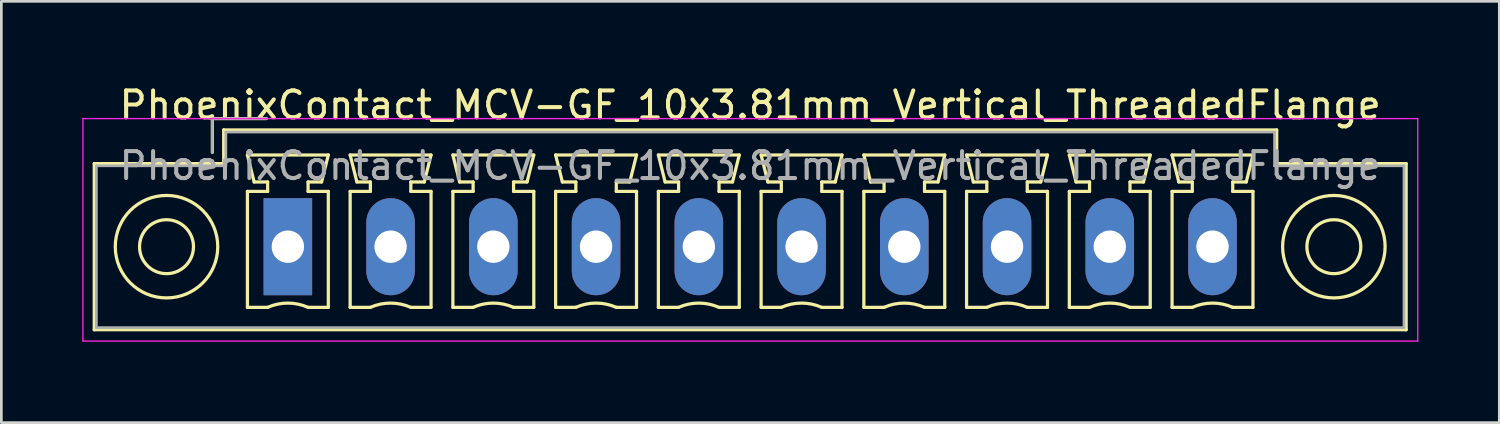
<source format=kicad_pcb>
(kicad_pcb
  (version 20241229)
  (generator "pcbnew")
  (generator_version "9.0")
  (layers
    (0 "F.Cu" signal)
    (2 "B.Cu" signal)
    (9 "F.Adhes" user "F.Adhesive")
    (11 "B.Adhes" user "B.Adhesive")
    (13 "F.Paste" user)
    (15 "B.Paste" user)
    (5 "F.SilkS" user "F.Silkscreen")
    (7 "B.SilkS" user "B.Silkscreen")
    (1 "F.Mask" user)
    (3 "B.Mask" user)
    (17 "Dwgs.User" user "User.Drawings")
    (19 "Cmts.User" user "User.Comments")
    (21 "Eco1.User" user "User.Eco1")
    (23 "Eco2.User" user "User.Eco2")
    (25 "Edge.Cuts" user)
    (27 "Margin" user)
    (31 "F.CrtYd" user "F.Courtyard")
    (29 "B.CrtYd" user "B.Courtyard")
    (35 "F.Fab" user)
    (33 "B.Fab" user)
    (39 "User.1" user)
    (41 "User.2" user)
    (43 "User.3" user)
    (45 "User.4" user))
  (footprint "PhoenixContact_MCV-GF_10x3.81mm_Vertical_ThreadedFlange"
    (layer "F.Cu")
    (at 7.625 6.098)
    (property "Reference" "PhoenixContact_MCV-GF_10x3.81mm_Vertical_ThreadedFlange" (at 17.145 -5.25 0) (layer "F.SilkS") (effects (font (size 1 1) (thickness 0.15))))
    (attr through_hole)
    (fp_line (start -7.18 -3.08) (end -7.18 3.08) (stroke (width 0.12) (type solid)) (layer "F.SilkS"))
    (fp_line (start -7.18 3.08) (end 41.47 3.08) (stroke (width 0.12) (type solid)) (layer "F.SilkS"))
    (fp_line (start -2.8 -4.75) (end -0.8 -4.75) (stroke (width 0.12) (type solid)) (layer "F.SilkS"))
    (fp_line (start -2.8 -3.5) (end -2.8 -4.75) (stroke (width 0.12) (type solid)) (layer "F.SilkS"))
    (fp_line (start -2.38 -4.33) (end -2.38 -3.08) (stroke (width 0.12) (type solid)) (layer "F.SilkS"))
    (fp_line (start -2.38 -3.08) (end -7.18 -3.08) (stroke (width 0.12) (type solid)) (layer "F.SilkS"))
    (fp_line (start -1.5 -3.4) (end 1.5 -3.4) (stroke (width 0.12) (type solid)) (layer "F.SilkS"))
    (fp_line (start -1.5 -2.05) (end -0.75 -2.05) (stroke (width 0.12) (type solid)) (layer "F.SilkS"))
    (fp_line (start -1.5 2.25) (end -1.5 -2.05) (stroke (width 0.12) (type solid)) (layer "F.SilkS"))
    (fp_line (start -1.25 -2.4) (end -1.5 -3.4) (stroke (width 0.12) (type solid)) (layer "F.SilkS"))
    (fp_line (start -0.75 -2.4) (end -1.25 -2.4) (stroke (width 0.12) (type solid)) (layer "F.SilkS"))
    (fp_line (start -0.75 -2.05) (end -0.75 -2.4) (stroke (width 0.12) (type solid)) (layer "F.SilkS"))
    (fp_line (start -0.75 2.25) (end -1.5 2.25) (stroke (width 0.12) (type solid)) (layer "F.SilkS"))
    (fp_line (start 0.75 -2.4) (end 0.75 -2.05) (stroke (width 0.12) (type solid)) (layer "F.SilkS"))
    (fp_line (start 0.75 -2.05) (end 1.5 -2.05) (stroke (width 0.12) (type solid)) (layer "F.SilkS"))
    (fp_line (start 1.25 -2.4) (end 0.75 -2.4) (stroke (width 0.12) (type solid)) (layer "F.SilkS"))
    (fp_line (start 1.5 -3.4) (end 1.25 -2.4) (stroke (width 0.12) (type solid)) (layer "F.SilkS"))
    (fp_line (start 1.5 -2.05) (end 1.5 2.25) (stroke (width 0.12) (type solid)) (layer "F.SilkS"))
    (fp_line (start 1.5 2.25) (end 0.75 2.25) (stroke (width 0.12) (type solid)) (layer "F.SilkS"))
    (fp_line (start 2.31 -3.4) (end 5.31 -3.4) (stroke (width 0.12) (type solid)) (layer "F.SilkS"))
    (fp_line (start 2.31 -2.05) (end 3.06 -2.05) (stroke (width 0.12) (type solid)) (layer "F.SilkS"))
    (fp_line (start 2.31 2.25) (end 2.31 -2.05) (stroke (width 0.12) (type solid)) (layer "F.SilkS"))
    (fp_line (start 2.56 -2.4) (end 2.31 -3.4) (stroke (width 0.12) (type solid)) (layer "F.SilkS"))
    (fp_line (start 3.06 -2.4) (end 2.56 -2.4) (stroke (width 0.12) (type solid)) (layer "F.SilkS"))
    (fp_line (start 3.06 -2.05) (end 3.06 -2.4) (stroke (width 0.12) (type solid)) (layer "F.SilkS"))
    (fp_line (start 3.06 2.25) (end 2.31 2.25) (stroke (width 0.12) (type solid)) (layer "F.SilkS"))
    (fp_line (start 4.56 -2.4) (end 4.56 -2.05) (stroke (width 0.12) (type solid)) (layer "F.SilkS"))
    (fp_line (start 4.56 -2.05) (end 5.31 -2.05) (stroke (width 0.12) (type solid)) (layer "F.SilkS"))
    (fp_line (start 5.06 -2.4) (end 4.56 -2.4) (stroke (width 0.12) (type solid)) (layer "F.SilkS"))
    (fp_line (start 5.31 -3.4) (end 5.06 -2.4) (stroke (width 0.12) (type solid)) (layer "F.SilkS"))
    (fp_line (start 5.31 -2.05) (end 5.31 2.25) (stroke (width 0.12) (type solid)) (layer "F.SilkS"))
    (fp_line (start 5.31 2.25) (end 4.56 2.25) (stroke (width 0.12) (type solid)) (layer "F.SilkS"))
    (fp_line (start 6.12 -3.4) (end 9.12 -3.4) (stroke (width 0.12) (type solid)) (layer "F.SilkS"))
    (fp_line (start 6.12 -2.05) (end 6.87 -2.05) (stroke (width 0.12) (type solid)) (layer "F.SilkS"))
    (fp_line (start 6.12 2.25) (end 6.12 -2.05) (stroke (width 0.12) (type solid)) (layer "F.SilkS"))
    (fp_line (start 6.37 -2.4) (end 6.12 -3.4) (stroke (width 0.12) (type solid)) (layer "F.SilkS"))
    (fp_line (start 6.87 -2.4) (end 6.37 -2.4) (stroke (width 0.12) (type solid)) (layer "F.SilkS"))
    (fp_line (start 6.87 -2.05) (end 6.87 -2.4) (stroke (width 0.12) (type solid)) (layer "F.SilkS"))
    (fp_line (start 6.87 2.25) (end 6.12 2.25) (stroke (width 0.12) (type solid)) (layer "F.SilkS"))
    (fp_line (start 8.37 -2.4) (end 8.37 -2.05) (stroke (width 0.12) (type solid)) (layer "F.SilkS"))
    (fp_line (start 8.37 -2.05) (end 9.12 -2.05) (stroke (width 0.12) (type solid)) (layer "F.SilkS"))
    (fp_line (start 8.87 -2.4) (end 8.37 -2.4) (stroke (width 0.12) (type solid)) (layer "F.SilkS"))
    (fp_line (start 9.12 -3.4) (end 8.87 -2.4) (stroke (width 0.12) (type solid)) (layer "F.SilkS"))
    (fp_line (start 9.12 -2.05) (end 9.12 2.25) (stroke (width 0.12) (type solid)) (layer "F.SilkS"))
    (fp_line (start 9.12 2.25) (end 8.37 2.25) (stroke (width 0.12) (type solid)) (layer "F.SilkS"))
    (fp_line (start 9.93 -3.4) (end 12.93 -3.4) (stroke (width 0.12) (type solid)) (layer "F.SilkS"))
    (fp_line (start 9.93 -2.05) (end 10.68 -2.05) (stroke (width 0.12) (type solid)) (layer "F.SilkS"))
    (fp_line (start 9.93 2.25) (end 9.93 -2.05) (stroke (width 0.12) (type solid)) (layer "F.SilkS"))
    (fp_line (start 10.18 -2.4) (end 9.93 -3.4) (stroke (width 0.12) (type solid)) (layer "F.SilkS"))
    (fp_line (start 10.68 -2.4) (end 10.18 -2.4) (stroke (width 0.12) (type solid)) (layer "F.SilkS"))
    (fp_line (start 10.68 -2.05) (end 10.68 -2.4) (stroke (width 0.12) (type solid)) (layer "F.SilkS"))
    (fp_line (start 10.68 2.25) (end 9.93 2.25) (stroke (width 0.12) (type solid)) (layer "F.SilkS"))
    (fp_line (start 12.18 -2.4) (end 12.18 -2.05) (stroke (width 0.12) (type solid)) (layer "F.SilkS"))
    (fp_line (start 12.18 -2.05) (end 12.93 -2.05) (stroke (width 0.12) (type solid)) (layer "F.SilkS"))
    (fp_line (start 12.68 -2.4) (end 12.18 -2.4) (stroke (width 0.12) (type solid)) (layer "F.SilkS"))
    (fp_line (start 12.93 -3.4) (end 12.68 -2.4) (stroke (width 0.12) (type solid)) (layer "F.SilkS"))
    (fp_line (start 12.93 -2.05) (end 12.93 2.25) (stroke (width 0.12) (type solid)) (layer "F.SilkS"))
    (fp_line (start 12.93 2.25) (end 12.18 2.25) (stroke (width 0.12) (type solid)) (layer "F.SilkS"))
    (fp_line (start 13.74 -3.4) (end 16.74 -3.4) (stroke (width 0.12) (type solid)) (layer "F.SilkS"))
    (fp_line (start 13.74 -2.05) (end 14.49 -2.05) (stroke (width 0.12) (type solid)) (layer "F.SilkS"))
    (fp_line (start 13.74 2.25) (end 13.74 -2.05) (stroke (width 0.12) (type solid)) (layer "F.SilkS"))
    (fp_line (start 13.99 -2.4) (end 13.74 -3.4) (stroke (width 0.12) (type solid)) (layer "F.SilkS"))
    (fp_line (start 14.49 -2.4) (end 13.99 -2.4) (stroke (width 0.12) (type solid)) (layer "F.SilkS"))
    (fp_line (start 14.49 -2.05) (end 14.49 -2.4) (stroke (width 0.12) (type solid)) (layer "F.SilkS"))
    (fp_line (start 14.49 2.25) (end 13.74 2.25) (stroke (width 0.12) (type solid)) (layer "F.SilkS"))
    (fp_line (start 15.99 -2.4) (end 15.99 -2.05) (stroke (width 0.12) (type solid)) (layer "F.SilkS"))
    (fp_line (start 15.99 -2.05) (end 16.74 -2.05) (stroke (width 0.12) (type solid)) (layer "F.SilkS"))
    (fp_line (start 16.49 -2.4) (end 15.99 -2.4) (stroke (width 0.12) (type solid)) (layer "F.SilkS"))
    (fp_line (start 16.74 -3.4) (end 16.49 -2.4) (stroke (width 0.12) (type solid)) (layer "F.SilkS"))
    (fp_line (start 16.74 -2.05) (end 16.74 2.25) (stroke (width 0.12) (type solid)) (layer "F.SilkS"))
    (fp_line (start 16.74 2.25) (end 15.99 2.25) (stroke (width 0.12) (type solid)) (layer "F.SilkS"))
    (fp_line (start 17.55 -3.4) (end 20.55 -3.4) (stroke (width 0.12) (type solid)) (layer "F.SilkS"))
    (fp_line (start 17.55 -2.05) (end 18.3 -2.05) (stroke (width 0.12) (type solid)) (layer "F.SilkS"))
    (fp_line (start 17.55 2.25) (end 17.55 -2.05) (stroke (width 0.12) (type solid)) (layer "F.SilkS"))
    (fp_line (start 17.8 -2.4) (end 17.55 -3.4) (stroke (width 0.12) (type solid)) (layer "F.SilkS"))
    (fp_line (start 18.3 -2.4) (end 17.8 -2.4) (stroke (width 0.12) (type solid)) (layer "F.SilkS"))
    (fp_line (start 18.3 -2.05) (end 18.3 -2.4) (stroke (width 0.12) (type solid)) (layer "F.SilkS"))
    (fp_line (start 18.3 2.25) (end 17.55 2.25) (stroke (width 0.12) (type solid)) (layer "F.SilkS"))
    (fp_line (start 19.8 -2.4) (end 19.8 -2.05) (stroke (width 0.12) (type solid)) (layer "F.SilkS"))
    (fp_line (start 19.8 -2.05) (end 20.55 -2.05) (stroke (width 0.12) (type solid)) (layer "F.SilkS"))
    (fp_line (start 20.3 -2.4) (end 19.8 -2.4) (stroke (width 0.12) (type solid)) (layer "F.SilkS"))
    (fp_line (start 20.55 -3.4) (end 20.3 -2.4) (stroke (width 0.12) (type solid)) (layer "F.SilkS"))
    (fp_line (start 20.55 -2.05) (end 20.55 2.25) (stroke (width 0.12) (type solid)) (layer "F.SilkS"))
    (fp_line (start 20.55 2.25) (end 19.8 2.25) (stroke (width 0.12) (type solid)) (layer "F.SilkS"))
    (fp_line (start 21.36 -3.4) (end 24.36 -3.4) (stroke (width 0.12) (type solid)) (layer "F.SilkS"))
    (fp_line (start 21.36 -2.05) (end 22.11 -2.05) (stroke (width 0.12) (type solid)) (layer "F.SilkS"))
    (fp_line (start 21.36 2.25) (end 21.36 -2.05) (stroke (width 0.12) (type solid)) (layer "F.SilkS"))
    (fp_line (start 21.61 -2.4) (end 21.36 -3.4) (stroke (width 0.12) (type solid)) (layer "F.SilkS"))
    (fp_line (start 22.11 -2.4) (end 21.61 -2.4) (stroke (width 0.12) (type solid)) (layer "F.SilkS"))
    (fp_line (start 22.11 -2.05) (end 22.11 -2.4) (stroke (width 0.12) (type solid)) (layer "F.SilkS"))
    (fp_line (start 22.11 2.25) (end 21.36 2.25) (stroke (width 0.12) (type solid)) (layer "F.SilkS"))
    (fp_line (start 23.61 -2.4) (end 23.61 -2.05) (stroke (width 0.12) (type solid)) (layer "F.SilkS"))
    (fp_line (start 23.61 -2.05) (end 24.36 -2.05) (stroke (width 0.12) (type solid)) (layer "F.SilkS"))
    (fp_line (start 24.11 -2.4) (end 23.61 -2.4) (stroke (width 0.12) (type solid)) (layer "F.SilkS"))
    (fp_line (start 24.36 -3.4) (end 24.11 -2.4) (stroke (width 0.12) (type solid)) (layer "F.SilkS"))
    (fp_line (start 24.36 -2.05) (end 24.36 2.25) (stroke (width 0.12) (type solid)) (layer "F.SilkS"))
    (fp_line (start 24.36 2.25) (end 23.61 2.25) (stroke (width 0.12) (type solid)) (layer "F.SilkS"))
    (fp_line (start 25.17 -3.4) (end 28.17 -3.4) (stroke (width 0.12) (type solid)) (layer "F.SilkS"))
    (fp_line (start 25.17 -2.05) (end 25.92 -2.05) (stroke (width 0.12) (type solid)) (layer "F.SilkS"))
    (fp_line (start 25.17 2.25) (end 25.17 -2.05) (stroke (width 0.12) (type solid)) (layer "F.SilkS"))
    (fp_line (start 25.42 -2.4) (end 25.17 -3.4) (stroke (width 0.12) (type solid)) (layer "F.SilkS"))
    (fp_line (start 25.92 -2.4) (end 25.42 -2.4) (stroke (width 0.12) (type solid)) (layer "F.SilkS"))
    (fp_line (start 25.92 -2.05) (end 25.92 -2.4) (stroke (width 0.12) (type solid)) (layer "F.SilkS"))
    (fp_line (start 25.92 2.25) (end 25.17 2.25) (stroke (width 0.12) (type solid)) (layer "F.SilkS"))
    (fp_line (start 27.42 -2.4) (end 27.42 -2.05) (stroke (width 0.12) (type solid)) (layer "F.SilkS"))
    (fp_line (start 27.42 -2.05) (end 28.17 -2.05) (stroke (width 0.12) (type solid)) (layer "F.SilkS"))
    (fp_line (start 27.92 -2.4) (end 27.42 -2.4) (stroke (width 0.12) (type solid)) (layer "F.SilkS"))
    (fp_line (start 28.17 -3.4) (end 27.92 -2.4) (stroke (width 0.12) (type solid)) (layer "F.SilkS"))
    (fp_line (start 28.17 -2.05) (end 28.17 2.25) (stroke (width 0.12) (type solid)) (layer "F.SilkS"))
    (fp_line (start 28.17 2.25) (end 27.42 2.25) (stroke (width 0.12) (type solid)) (layer "F.SilkS"))
    (fp_line (start 28.98 -3.4) (end 31.98 -3.4) (stroke (width 0.12) (type solid)) (layer "F.SilkS"))
    (fp_line (start 28.98 -2.05) (end 29.73 -2.05) (stroke (width 0.12) (type solid)) (layer "F.SilkS"))
    (fp_line (start 28.98 2.25) (end 28.98 -2.05) (stroke (width 0.12) (type solid)) (layer "F.SilkS"))
    (fp_line (start 29.23 -2.4) (end 28.98 -3.4) (stroke (width 0.12) (type solid)) (layer "F.SilkS"))
    (fp_line (start 29.73 -2.4) (end 29.23 -2.4) (stroke (width 0.12) (type solid)) (layer "F.SilkS"))
    (fp_line (start 29.73 -2.05) (end 29.73 -2.4) (stroke (width 0.12) (type solid)) (layer "F.SilkS"))
    (fp_line (start 29.73 2.25) (end 28.98 2.25) (stroke (width 0.12) (type solid)) (layer "F.SilkS"))
    (fp_line (start 31.23 -2.4) (end 31.23 -2.05) (stroke (width 0.12) (type solid)) (layer "F.SilkS"))
    (fp_line (start 31.23 -2.05) (end 31.98 -2.05) (stroke (width 0.12) (type solid)) (layer "F.SilkS"))
    (fp_line (start 31.73 -2.4) (end 31.23 -2.4) (stroke (width 0.12) (type solid)) (layer "F.SilkS"))
    (fp_line (start 31.98 -3.4) (end 31.73 -2.4) (stroke (width 0.12) (type solid)) (layer "F.SilkS"))
    (fp_line (start 31.98 -2.05) (end 31.98 2.25) (stroke (width 0.12) (type solid)) (layer "F.SilkS"))
    (fp_line (start 31.98 2.25) (end 31.23 2.25) (stroke (width 0.12) (type solid)) (layer "F.SilkS"))
    (fp_line (start 32.79 -3.4) (end 35.79 -3.4) (stroke (width 0.12) (type solid)) (layer "F.SilkS"))
    (fp_line (start 32.79 -2.05) (end 33.54 -2.05) (stroke (width 0.12) (type solid)) (layer "F.SilkS"))
    (fp_line (start 32.79 2.25) (end 32.79 -2.05) (stroke (width 0.12) (type solid)) (layer "F.SilkS"))
    (fp_line (start 33.04 -2.4) (end 32.79 -3.4) (stroke (width 0.12) (type solid)) (layer "F.SilkS"))
    (fp_line (start 33.54 -2.4) (end 33.04 -2.4) (stroke (width 0.12) (type solid)) (layer "F.SilkS"))
    (fp_line (start 33.54 -2.05) (end 33.54 -2.4) (stroke (width 0.12) (type solid)) (layer "F.SilkS"))
    (fp_line (start 33.54 2.25) (end 32.79 2.25) (stroke (width 0.12) (type solid)) (layer "F.SilkS"))
    (fp_line (start 35.04 -2.4) (end 35.04 -2.05) (stroke (width 0.12) (type solid)) (layer "F.SilkS"))
    (fp_line (start 35.04 -2.05) (end 35.79 -2.05) (stroke (width 0.12) (type solid)) (layer "F.SilkS"))
    (fp_line (start 35.54 -2.4) (end 35.04 -2.4) (stroke (width 0.12) (type solid)) (layer "F.SilkS"))
    (fp_line (start 35.79 -3.4) (end 35.54 -2.4) (stroke (width 0.12) (type solid)) (layer "F.SilkS"))
    (fp_line (start 35.79 -2.05) (end 35.79 2.25) (stroke (width 0.12) (type solid)) (layer "F.SilkS"))
    (fp_line (start 35.79 2.25) (end 35.04 2.25) (stroke (width 0.12) (type solid)) (layer "F.SilkS"))
    (fp_line (start 36.67 -4.33) (end -2.38 -4.33) (stroke (width 0.12) (type solid)) (layer "F.SilkS"))
    (fp_line (start 36.67 -3.08) (end 36.67 -4.33) (stroke (width 0.12) (type solid)) (layer "F.SilkS"))
    (fp_line (start 41.47 -3.08) (end 36.67 -3.08) (stroke (width 0.12) (type solid)) (layer "F.SilkS"))
    (fp_line (start 41.47 3.08) (end 41.47 -3.08) (stroke (width 0.12) (type solid)) (layer "F.SilkS"))
    (fp_arc (start -0.75 2.25) (mid -0.000193 2.09191) (end 0.749647 2.249844) (stroke (width 0.12) (type solid)) (layer "F.SilkS"))
    (fp_arc (start 3.06 2.25) (mid 3.809807 2.09191) (end 4.559647 2.249844) (stroke (width 0.12) (type solid)) (layer "F.SilkS"))
    (fp_arc (start 6.87 2.25) (mid 7.619807 2.09191) (end 8.369647 2.249844) (stroke (width 0.12) (type solid)) (layer "F.SilkS"))
    (fp_arc (start 10.68 2.25) (mid 11.429807 2.09191) (end 12.179647 2.249844) (stroke (width 0.12) (type solid)) (layer "F.SilkS"))
    (fp_arc (start 14.49 2.25) (mid 15.239807 2.09191) (end 15.989647 2.249844) (stroke (width 0.12) (type solid)) (layer "F.SilkS"))
    (fp_arc (start 18.3 2.25) (mid 19.049807 2.09191) (end 19.799647 2.249844) (stroke (width 0.12) (type solid)) (layer "F.SilkS"))
    (fp_arc (start 22.11 2.25) (mid 22.859807 2.09191) (end 23.609647 2.249844) (stroke (width 0.12) (type solid)) (layer "F.SilkS"))
    (fp_arc (start 25.92 2.25) (mid 26.669807 2.09191) (end 27.419647 2.249844) (stroke (width 0.12) (type solid)) (layer "F.SilkS"))
    (fp_arc (start 29.73 2.25) (mid 30.479807 2.09191) (end 31.229647 2.249844) (stroke (width 0.12) (type solid)) (layer "F.SilkS"))
    (fp_arc (start 33.54 2.25) (mid 34.289807 2.09191) (end 35.039647 2.249844) (stroke (width 0.12) (type solid)) (layer "F.SilkS"))
    (fp_circle (center -4.5 0) (end -3.5 0) (stroke (width 0.12) (type solid)) (fill no) (layer "F.SilkS"))
    (fp_circle (center -4.5 0) (end -2.6 0) (stroke (width 0.12) (type solid)) (fill no) (layer "F.SilkS"))
    (fp_circle (center 38.79 0) (end 39.79 0) (stroke (width 0.12) (type solid)) (fill no) (layer "F.SilkS"))
    (fp_circle (center 38.79 0) (end 40.69 0) (stroke (width 0.12) (type solid)) (fill no) (layer "F.SilkS"))
    (fp_line (start -7.6 -4.75) (end -7.6 3.5) (stroke (width 0.05) (type solid)) (layer "F.CrtYd"))
    (fp_line (start -7.6 3.5) (end 41.9 3.5) (stroke (width 0.05) (type solid)) (layer "F.CrtYd"))
    (fp_line (start 41.9 -4.75) (end -7.6 -4.75) (stroke (width 0.05) (type solid)) (layer "F.CrtYd"))
    (fp_line (start 41.9 3.5) (end 41.9 -4.75) (stroke (width 0.05) (type solid)) (layer "F.CrtYd"))
    (fp_line (start -7.1 -3) (end -7.1 3) (stroke (width 0.1) (type solid)) (layer "F.Fab"))
    (fp_line (start -7.1 3) (end 41.39 3) (stroke (width 0.1) (type solid)) (layer "F.Fab"))
    (fp_line (start -2.8 -4.75) (end -0.8 -4.75) (stroke (width 0.1) (type solid)) (layer "F.Fab"))
    (fp_line (start -2.8 -3.5) (end -2.8 -4.75) (stroke (width 0.1) (type solid)) (layer "F.Fab"))
    (fp_line (start -2.3 -4.25) (end -2.3 -3) (stroke (width 0.1) (type solid)) (layer "F.Fab"))
    (fp_line (start -2.3 -3) (end -7.1 -3) (stroke (width 0.1) (type solid)) (layer "F.Fab"))
    (fp_line (start 36.59 -4.25) (end -2.3 -4.25) (stroke (width 0.1) (type solid)) (layer "F.Fab"))
    (fp_line (start 36.59 -3) (end 36.59 -4.25) (stroke (width 0.1) (type solid)) (layer "F.Fab"))
    (fp_line (start 41.39 -3) (end 36.59 -3) (stroke (width 0.1) (type solid)) (layer "F.Fab"))
    (fp_line (start 41.39 3) (end 41.39 -3) (stroke (width 0.1) (type solid)) (layer "F.Fab"))
    (fp_text user "${REFERENCE}" (at 17.145 -3 0) (layer "F.Fab") (effects (font (size 1 1) (thickness 0.15))))
    (pad "1" thru_hole rect (at 0 0) (size 1.8 3.6) (drill 1.2) (layers "*.Cu" "*.Mask"))
    (pad "2" thru_hole oval (at 3.81 0) (size 1.8 3.6) (drill 1.2) (layers "*.Cu" "*.Mask"))
    (pad "3" thru_hole oval (at 7.62 0) (size 1.8 3.6) (drill 1.2) (layers "*.Cu" "*.Mask"))
    (pad "4" thru_hole oval (at 11.43 0) (size 1.8 3.6) (drill 1.2) (layers "*.Cu" "*.Mask"))
    (pad "5" thru_hole oval (at 15.24 0) (size 1.8 3.6) (drill 1.2) (layers "*.Cu" "*.Mask"))
    (pad "6" thru_hole oval (at 19.05 0) (size 1.8 3.6) (drill 1.2) (layers "*.Cu" "*.Mask"))
    (pad "7" thru_hole oval (at 22.86 0) (size 1.8 3.6) (drill 1.2) (layers "*.Cu" "*.Mask"))
    (pad "8" thru_hole oval (at 26.67 0) (size 1.8 3.6) (drill 1.2) (layers "*.Cu" "*.Mask"))
    (pad "9" thru_hole oval (at 30.48 0) (size 1.8 3.6) (drill 1.2) (layers "*.Cu" "*.Mask"))
    (pad "10" thru_hole oval (at 34.29 0) (size 1.8 3.6) (drill 1.2) (layers "*.Cu" "*.Mask")))
  (gr_rect
    (start -3 -3)
    (end 52.55 12.623)
    (stroke (width 0.1) (type default))
    (fill no)
    (layer "Edge.Cuts")))
</source>
